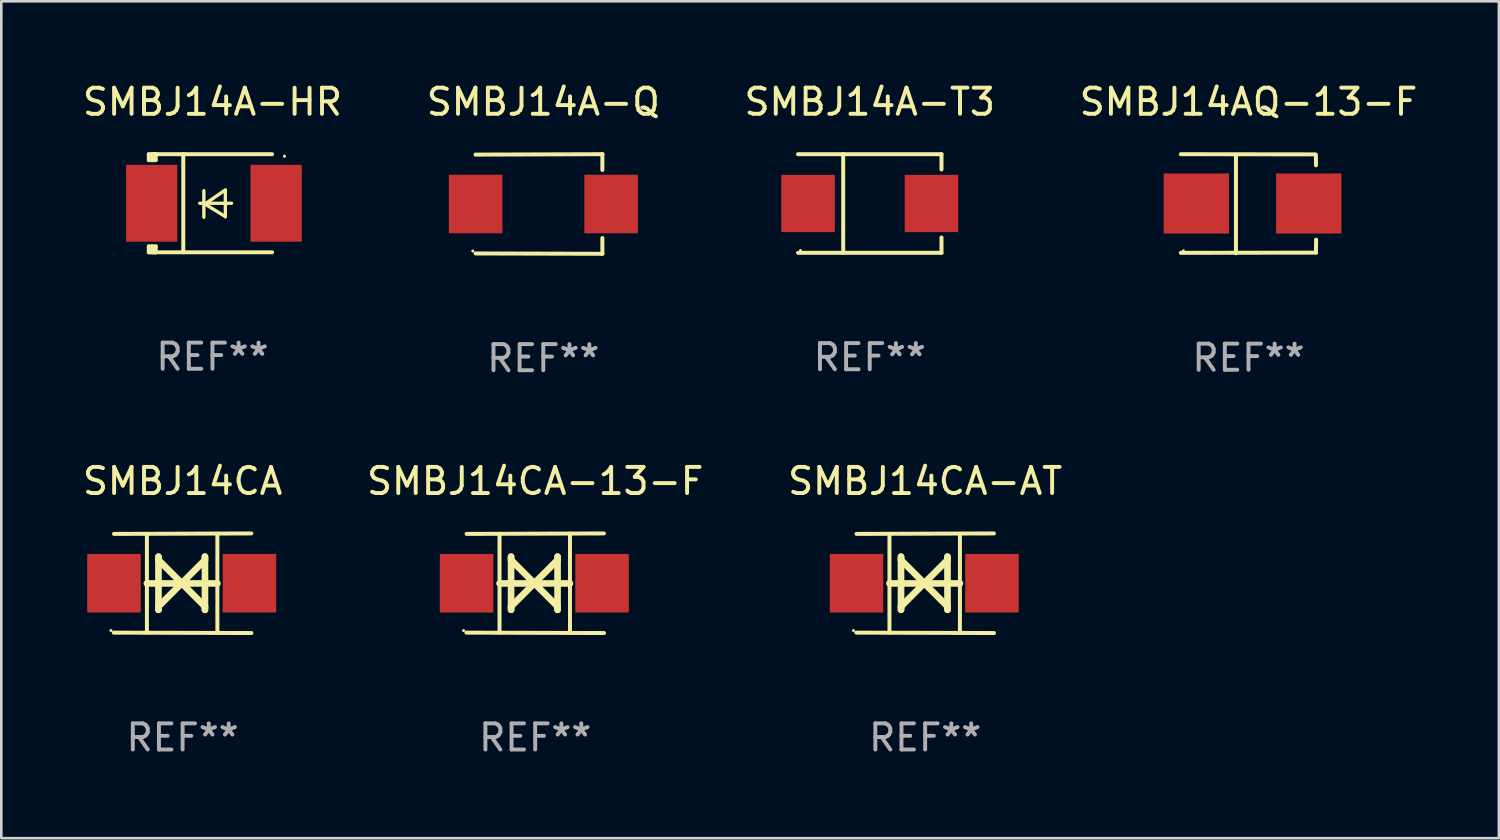
<source format=kicad_pcb>
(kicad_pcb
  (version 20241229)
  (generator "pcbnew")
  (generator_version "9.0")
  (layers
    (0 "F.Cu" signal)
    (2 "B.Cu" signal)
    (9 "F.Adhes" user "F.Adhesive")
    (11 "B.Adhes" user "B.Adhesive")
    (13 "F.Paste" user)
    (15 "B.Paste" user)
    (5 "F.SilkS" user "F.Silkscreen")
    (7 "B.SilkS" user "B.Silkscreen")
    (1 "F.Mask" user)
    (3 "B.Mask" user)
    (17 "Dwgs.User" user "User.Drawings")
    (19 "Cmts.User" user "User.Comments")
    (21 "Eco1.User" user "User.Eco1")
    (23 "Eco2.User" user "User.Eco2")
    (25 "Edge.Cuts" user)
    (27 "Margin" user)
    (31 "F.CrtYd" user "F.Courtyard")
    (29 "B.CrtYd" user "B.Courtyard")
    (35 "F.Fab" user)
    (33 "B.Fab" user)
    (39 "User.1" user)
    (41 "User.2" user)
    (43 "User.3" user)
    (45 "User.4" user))
  (footprint "SMBJ14CA"
    (layer "F.Cu")
    (at 3.935 19.26)
    (property "Reference" "SMBJ14CA" (at 0 -3.905 0) (layer "F.SilkS") (effects (font (size 1 1) (thickness 0.15))))
    (attr through_hole)
    (fp_line (start -1.365 1.886) (end -1.365 -1.886) (stroke (width 0.152) (type solid)) (layer "F.SilkS"))
    (fp_line (start -1.365 0.008) (end 1.33 0.008) (stroke (width 0.254) (type solid)) (layer "F.SilkS"))
    (fp_line (start -0.923 -1.016) (end -0.923 1.016) (stroke (width 0.254) (type solid)) (layer "F.SilkS"))
    (fp_line (start -0.923 -0.889) (end -0.923 -1.016) (stroke (width 0.254) (type solid)) (layer "F.SilkS"))
    (fp_line (start -0.923 0.889) (end -0.034 0) (stroke (width 0.254) (type solid)) (layer "F.SilkS"))
    (fp_line (start -0.923 1.016) (end -0.923 0.889) (stroke (width 0.254) (type solid)) (layer "F.SilkS"))
    (fp_line (start -0.034 0) (end -0.923 -0.889) (stroke (width 0.254) (type solid)) (layer "F.SilkS"))
    (fp_line (start -0.034 0) (end 0.855 0.889) (stroke (width 0.254) (type solid)) (layer "F.SilkS"))
    (fp_line (start 0.855 -1.016) (end 0.855 -0.889) (stroke (width 0.254) (type solid)) (layer "F.SilkS"))
    (fp_line (start 0.855 -0.889) (end -0.034 0) (stroke (width 0.254) (type solid)) (layer "F.SilkS"))
    (fp_line (start 0.855 0.889) (end 0.855 1.016) (stroke (width 0.254) (type solid)) (layer "F.SilkS"))
    (fp_line (start 0.855 1.016) (end 0.855 -1.016) (stroke (width 0.254) (type solid)) (layer "F.SilkS"))
    (fp_line (start 1.33 1.886) (end 1.33 -1.886) (stroke (width 0.152) (type solid)) (layer "F.SilkS"))
    (fp_line (start 2.629 -1.905) (end -2.625 -1.887) (stroke (width 0.152) (type solid)) (layer "F.SilkS"))
    (fp_line (start 2.633 1.905) (end -2.633 1.89) (stroke (width 0.152) (type solid)) (layer "F.SilkS"))
    (fp_circle (center -2.741 1.81) (end -2.711 1.81) (stroke (width 0.06) (type solid)) (fill no) (layer "F.SilkS"))
    (fp_text user "REF**" (at 0 5.905 0) (layer "F.Fab") (effects (font (size 1 1) (thickness 0.15))))
    (pad "1" smd rect (at -2.625 0) (size 2.047 2.241) (layers "F.Cu" "F.Mask" "F.Paste"))
    (pad "2" smd rect (at 2.557 0) (size 2.047 2.241) (layers "F.Cu" "F.Mask" "F.Paste")))
  (footprint "SMBJ14A-Q"
    (layer "F.Cu")
    (at 17.732 4.753)
    (property "Reference" "SMBJ14A-Q" (at 0 -3.905 0) (layer "F.SilkS") (effects (font (size 1 1) (thickness 0.15))))
    (attr through_hole)
    (fp_line (start 2.256 -1.905) (end -2.594 -1.889) (stroke (width 0.152) (type solid)) (layer "F.SilkS"))
    (fp_line (start 2.256 -1.905) (end 2.26 -1.905) (stroke (width 0.152) (type solid)) (layer "F.SilkS"))
    (fp_line (start 2.26 -1.905) (end 2.26 -1.301) (stroke (width 0.152) (type solid)) (layer "F.SilkS"))
    (fp_line (start 2.26 1.301) (end 2.26 1.905) (stroke (width 0.152) (type solid)) (layer "F.SilkS"))
    (fp_line (start 2.26 1.905) (end -2.59 1.892) (stroke (width 0.152) (type solid)) (layer "F.SilkS"))
    (fp_circle (center -2.697 1.8) (end -2.667 1.8) (stroke (width 0.06) (type solid)) (fill no) (layer "F.SilkS"))
    (fp_text user "REF**" (at 0 5.905 0) (layer "F.Fab") (effects (font (size 1 1) (thickness 0.15))))
    (pad "1" smd rect (at -2.588 0) (size 2.047 2.241) (layers "F.Cu" "F.Mask" "F.Paste"))
    (pad "2" smd rect (at 2.594 0) (size 2.047 2.241) (layers "F.Cu" "F.Mask" "F.Paste")))
  (footprint "SMBJ14AQ-13-F"
    (layer "F.Cu")
    (at 44.708 4.744)
    (property "Reference" "SMBJ14AQ-13-F" (at 0 -3.896 0) (layer "F.SilkS") (effects (font (size 1 1) (thickness 0.15))))
    (attr through_hole)
    (fp_line (start -2.588 -1.896) (end 2.568 -1.889) (stroke (width 0.152) (type solid)) (layer "F.SilkS"))
    (fp_line (start -2.588 1.877) (end 2.588 1.87) (stroke (width 0.152) (type solid)) (layer "F.SilkS"))
    (fp_line (start -0.48 1.896) (end -0.48 -1.871) (stroke (width 0.152) (type solid)) (layer "F.SilkS"))
    (fp_line (start 2.579 -1.849) (end 2.582 -1.472) (stroke (width 0.152) (type solid)) (layer "F.SilkS"))
    (fp_line (start 2.579 1.867) (end 2.587 1.372) (stroke (width 0.152) (type solid)) (layer "F.SilkS"))
    (fp_circle (center -2.492 1.801) (end -2.462 1.801) (stroke (width 0.06) (type solid)) (fill no) (layer "F.SilkS"))
    (fp_text user "REF**" (at 0 5.896 0) (layer "F.Fab") (effects (font (size 1 1) (thickness 0.15))))
    (pad "1" smd rect (at -1.995 -0.009) (size 2.5 2.3) (layers "F.Cu" "F.Mask" "F.Paste"))
    (pad "2" smd rect (at 2.305 -0.009) (size 2.5 2.3) (layers "F.Cu" "F.Mask" "F.Paste")))
  (footprint "SMBJ14CA-13-F"
    (layer "F.Cu")
    (at 17.423 19.26)
    (property "Reference" "SMBJ14CA-13-F" (at 0 -3.905 0) (layer "F.SilkS") (effects (font (size 1 1) (thickness 0.15))))
    (attr through_hole)
    (fp_line (start -1.365 1.886) (end -1.365 -1.886) (stroke (width 0.152) (type solid)) (layer "F.SilkS"))
    (fp_line (start -1.365 0.008) (end 1.33 0.008) (stroke (width 0.254) (type solid)) (layer "F.SilkS"))
    (fp_line (start -0.923 -1.016) (end -0.923 1.016) (stroke (width 0.254) (type solid)) (layer "F.SilkS"))
    (fp_line (start -0.923 -0.889) (end -0.923 -1.016) (stroke (width 0.254) (type solid)) (layer "F.SilkS"))
    (fp_line (start -0.923 0.889) (end -0.034 0) (stroke (width 0.254) (type solid)) (layer "F.SilkS"))
    (fp_line (start -0.923 1.016) (end -0.923 0.889) (stroke (width 0.254) (type solid)) (layer "F.SilkS"))
    (fp_line (start -0.034 0) (end -0.923 -0.889) (stroke (width 0.254) (type solid)) (layer "F.SilkS"))
    (fp_line (start -0.034 0) (end 0.855 0.889) (stroke (width 0.254) (type solid)) (layer "F.SilkS"))
    (fp_line (start 0.855 -1.016) (end 0.855 -0.889) (stroke (width 0.254) (type solid)) (layer "F.SilkS"))
    (fp_line (start 0.855 -0.889) (end -0.034 0) (stroke (width 0.254) (type solid)) (layer "F.SilkS"))
    (fp_line (start 0.855 0.889) (end 0.855 1.016) (stroke (width 0.254) (type solid)) (layer "F.SilkS"))
    (fp_line (start 0.855 1.016) (end 0.855 -1.016) (stroke (width 0.254) (type solid)) (layer "F.SilkS"))
    (fp_line (start 1.33 1.886) (end 1.33 -1.886) (stroke (width 0.152) (type solid)) (layer "F.SilkS"))
    (fp_line (start 2.629 -1.905) (end -2.625 -1.887) (stroke (width 0.152) (type solid)) (layer "F.SilkS"))
    (fp_line (start 2.633 1.905) (end -2.633 1.89) (stroke (width 0.152) (type solid)) (layer "F.SilkS"))
    (fp_circle (center -2.741 1.81) (end -2.711 1.81) (stroke (width 0.06) (type solid)) (fill no) (layer "F.SilkS"))
    (fp_text user "REF**" (at 0 5.905 0) (layer "F.Fab") (effects (font (size 1 1) (thickness 0.15))))
    (pad "1" smd rect (at -2.625 0) (size 2.047 2.241) (layers "F.Cu" "F.Mask" "F.Paste"))
    (pad "2" smd rect (at 2.557 0) (size 2.047 2.241) (layers "F.Cu" "F.Mask" "F.Paste")))
  (footprint "SMBJ14CA-AT"
    (layer "F.Cu")
    (at 32.339 19.26)
    (property "Reference" "SMBJ14CA-AT" (at 0 -3.905 0) (layer "F.SilkS") (effects (font (size 1 1) (thickness 0.15))))
    (attr through_hole)
    (fp_line (start -1.365 1.886) (end -1.365 -1.886) (stroke (width 0.152) (type solid)) (layer "F.SilkS"))
    (fp_line (start -1.365 0.008) (end 1.33 0.008) (stroke (width 0.254) (type solid)) (layer "F.SilkS"))
    (fp_line (start -0.923 -1.016) (end -0.923 1.016) (stroke (width 0.254) (type solid)) (layer "F.SilkS"))
    (fp_line (start -0.923 -0.889) (end -0.923 -1.016) (stroke (width 0.254) (type solid)) (layer "F.SilkS"))
    (fp_line (start -0.923 0.889) (end -0.034 0) (stroke (width 0.254) (type solid)) (layer "F.SilkS"))
    (fp_line (start -0.923 1.016) (end -0.923 0.889) (stroke (width 0.254) (type solid)) (layer "F.SilkS"))
    (fp_line (start -0.034 0) (end -0.923 -0.889) (stroke (width 0.254) (type solid)) (layer "F.SilkS"))
    (fp_line (start -0.034 0) (end 0.855 0.889) (stroke (width 0.254) (type solid)) (layer "F.SilkS"))
    (fp_line (start 0.855 -1.016) (end 0.855 -0.889) (stroke (width 0.254) (type solid)) (layer "F.SilkS"))
    (fp_line (start 0.855 -0.889) (end -0.034 0) (stroke (width 0.254) (type solid)) (layer "F.SilkS"))
    (fp_line (start 0.855 0.889) (end 0.855 1.016) (stroke (width 0.254) (type solid)) (layer "F.SilkS"))
    (fp_line (start 0.855 1.016) (end 0.855 -1.016) (stroke (width 0.254) (type solid)) (layer "F.SilkS"))
    (fp_line (start 1.33 1.886) (end 1.33 -1.886) (stroke (width 0.152) (type solid)) (layer "F.SilkS"))
    (fp_line (start 2.629 -1.905) (end -2.625 -1.887) (stroke (width 0.152) (type solid)) (layer "F.SilkS"))
    (fp_line (start 2.633 1.905) (end -2.633 1.89) (stroke (width 0.152) (type solid)) (layer "F.SilkS"))
    (fp_circle (center -2.741 1.81) (end -2.711 1.81) (stroke (width 0.06) (type solid)) (fill no) (layer "F.SilkS"))
    (fp_text user "REF**" (at 0 5.905 0) (layer "F.Fab") (effects (font (size 1 1) (thickness 0.15))))
    (pad "1" smd rect (at -2.625 0) (size 2.047 2.241) (layers "F.Cu" "F.Mask" "F.Paste"))
    (pad "2" smd rect (at 2.557 0) (size 2.047 2.241) (layers "F.Cu" "F.Mask" "F.Paste")))
  (footprint "SMBJ14A-T3"
    (layer "F.Cu")
    (at 30.22 4.734)
    (property "Reference" "SMBJ14A-T3" (at 0 -3.886 0) (layer "F.SilkS") (effects (font (size 1 1) (thickness 0.15))))
    (attr through_hole)
    (fp_line (start -2.744 -1.886) (end 2.744 -1.886) (stroke (width 0.152) (type solid)) (layer "F.SilkS"))
    (fp_line (start -2.744 1.886) (end 2.744 1.886) (stroke (width 0.152) (type solid)) (layer "F.SilkS"))
    (fp_line (start -1.016 -1.886) (end -1.016 1.886) (stroke (width 0.152) (type solid)) (layer "F.SilkS"))
    (fp_line (start 2.744 -1.886) (end 2.744 -1.299) (stroke (width 0.152) (type solid)) (layer "F.SilkS"))
    (fp_line (start 2.744 1.886) (end 2.744 1.299) (stroke (width 0.152) (type solid)) (layer "F.SilkS"))
    (fp_circle (center -2.65 1.8) (end -2.62 1.8) (stroke (width 0.06) (type solid)) (fill no) (layer "F.SilkS"))
    (fp_text user "REF**" (at 0 5.886 0) (layer "F.Fab") (effects (font (size 1 1) (thickness 0.15))))
    (pad "1" smd rect (at -2.361 0) (size 2.047 2.192) (layers "F.Cu" "F.Mask" "F.Paste"))
    (pad "2" smd rect (at 2.361 0) (size 2.047 2.192) (layers "F.Cu" "F.Mask" "F.Paste")))
  (footprint "SMBJ14A-HR"
    (layer "F.Cu")
    (at 5.077 4.725)
    (property "Reference" "SMBJ14A-HR" (at 0 -3.876 0) (layer "F.SilkS") (effects (font (size 1 1) (thickness 0.15))))
    (attr through_hole)
    (fp_line (start -2.435 1.65) (end -2.171 1.65) (stroke (width 0.152) (type solid)) (layer "F.SilkS"))
    (fp_line (start -2.435 1.876) (end -2.435 1.65) (stroke (width 0.152) (type solid)) (layer "F.SilkS"))
    (fp_line (start -2.435 -1.876) (end -2.171 -1.876) (stroke (width 0.152) (type solid)) (layer "F.SilkS"))
    (fp_line (start -2.435 -1.65) (end -2.435 -1.876) (stroke (width 0.152) (type solid)) (layer "F.SilkS"))
    (fp_line (start -2.305 -1.866) (end -2.295 -1.876) (stroke (width 0.152) (type solid)) (layer "F.SilkS"))
    (fp_line (start -2.305 -1.65) (end -2.305 -1.866) (stroke (width 0.152) (type solid)) (layer "F.SilkS"))
    (fp_line (start -2.305 1.876) (end -2.305 1.65) (stroke (width 0.152) (type solid)) (layer "F.SilkS"))
    (fp_line (start -2.295 -1.876) (end -2.295 -1.65) (stroke (width 0.152) (type solid)) (layer "F.SilkS"))
    (fp_line (start -2.171 1.876) (end -2.435 1.876) (stroke (width 0.152) (type solid)) (layer "F.SilkS"))
    (fp_line (start -2.171 -1.65) (end -2.435 -1.65) (stroke (width 0.152) (type solid)) (layer "F.SilkS"))
    (fp_line (start -2.171 -1.876) (end -2.295 -1.876) (stroke (width 0.152) (type solid)) (layer "F.SilkS"))
    (fp_line (start -2.171 -1.65) (end -2.171 -1.876) (stroke (width 0.152) (type solid)) (layer "F.SilkS"))
    (fp_line (start -2.171 1.876) (end -2.305 1.876) (stroke (width 0.152) (type solid)) (layer "F.SilkS"))
    (fp_line (start -2.171 1.876) (end -2.171 1.65) (stroke (width 0.152) (type solid)) (layer "F.SilkS"))
    (fp_line (start -1.116 1.876) (end -1.116 -1.876) (stroke (width 0.152) (type solid)) (layer "F.SilkS"))
    (fp_line (start -0.488 0.000102) (end 0.731 0.000102) (stroke (width 0.127) (type solid)) (layer "F.SilkS"))
    (fp_line (start -0.329 -0.48) (end -0.329 0.536) (stroke (width 0.127) (type solid)) (layer "F.SilkS"))
    (fp_line (start -0.29 0.03) (end 0.493 0.51) (stroke (width 0.127) (type solid)) (layer "F.SilkS"))
    (fp_line (start 0.493 -0.51) (end -0.29 0.03) (stroke (width 0.127) (type solid)) (layer "F.SilkS"))
    (fp_line (start 0.493 0.52) (end 0.493 -0.496) (stroke (width 0.127) (type solid)) (layer "F.SilkS"))
    (fp_line (start 2.281 -1.876) (end -2.171 -1.876) (stroke (width 0.152) (type solid)) (layer "F.SilkS"))
    (fp_line (start 2.281 1.876) (end -2.171 1.876) (stroke (width 0.152) (type solid)) (layer "F.SilkS"))
    (fp_circle (center 2.755 -1.8) (end 2.785 -1.8) (stroke (width 0.06) (type solid)) (fill no) (layer "F.SilkS"))
    (fp_text user "REF**" (at 0 5.876 0) (layer "F.Fab") (effects (font (size 1 1) (thickness 0.15))))
    (pad "1" smd rect (at 2.435 -0.000025 180) (size 1.96 2.94) (layers "F.Cu" "F.Mask" "F.Paste"))
    (pad "2" smd rect (at -2.325 -0.000025 180) (size 1.96 2.94) (layers "F.Cu" "F.Mask" "F.Paste")))
  (gr_rect
    (start -3 -3)
    (end 54.286 29.013)
    (stroke (width 0.1) (type default))
    (fill no)
    (layer "Edge.Cuts")))
</source>
